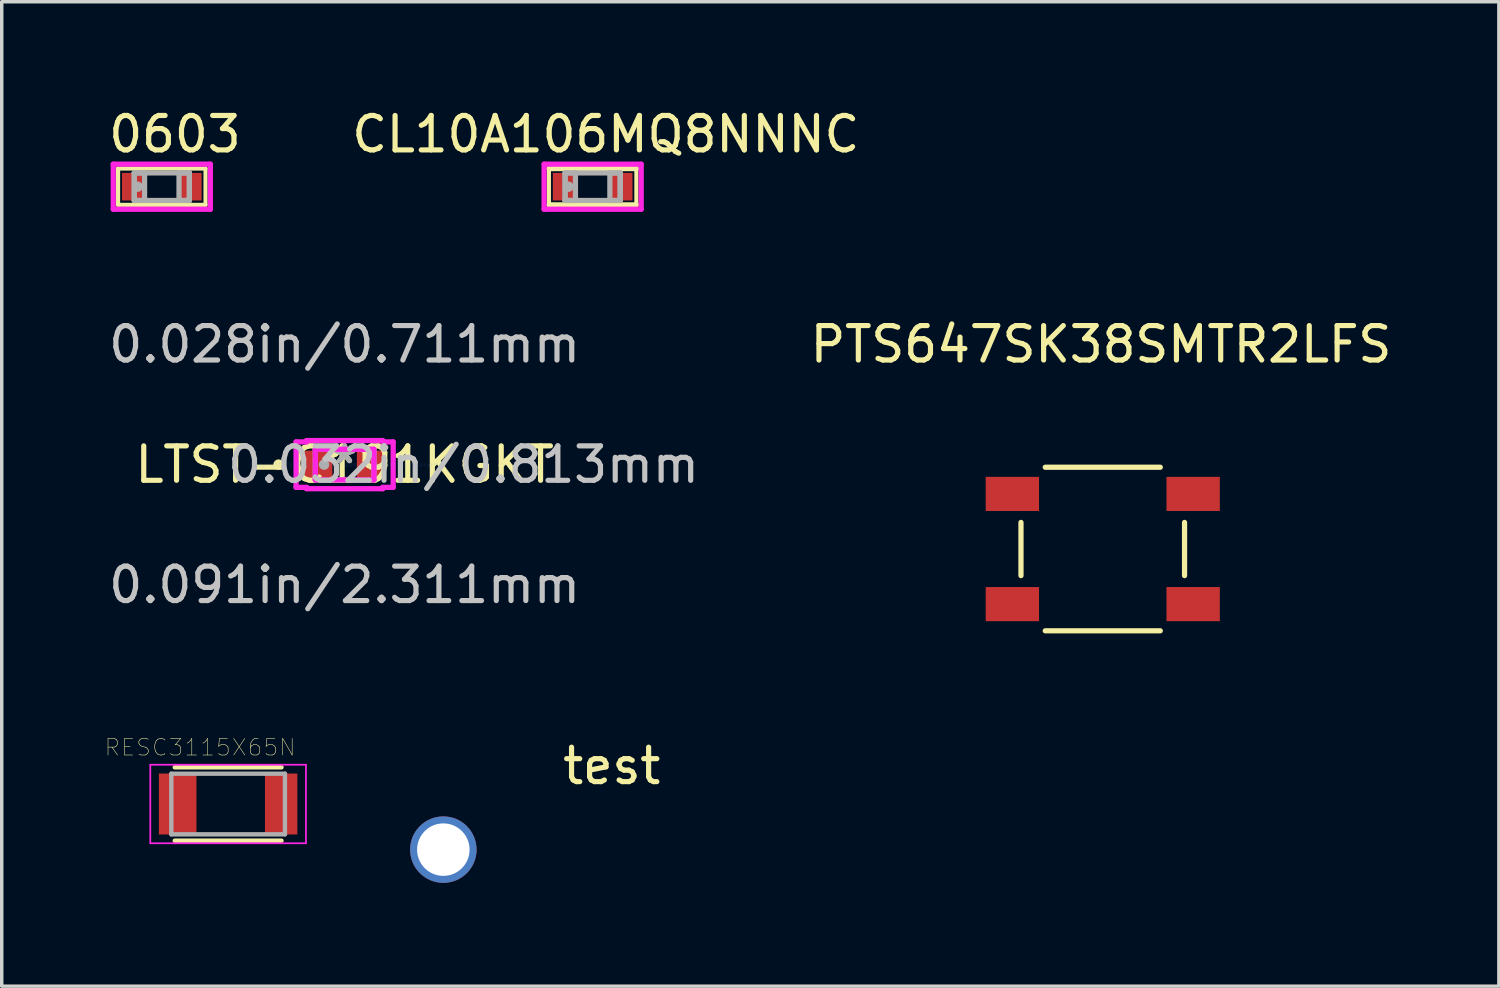
<source format=kicad_pcb>
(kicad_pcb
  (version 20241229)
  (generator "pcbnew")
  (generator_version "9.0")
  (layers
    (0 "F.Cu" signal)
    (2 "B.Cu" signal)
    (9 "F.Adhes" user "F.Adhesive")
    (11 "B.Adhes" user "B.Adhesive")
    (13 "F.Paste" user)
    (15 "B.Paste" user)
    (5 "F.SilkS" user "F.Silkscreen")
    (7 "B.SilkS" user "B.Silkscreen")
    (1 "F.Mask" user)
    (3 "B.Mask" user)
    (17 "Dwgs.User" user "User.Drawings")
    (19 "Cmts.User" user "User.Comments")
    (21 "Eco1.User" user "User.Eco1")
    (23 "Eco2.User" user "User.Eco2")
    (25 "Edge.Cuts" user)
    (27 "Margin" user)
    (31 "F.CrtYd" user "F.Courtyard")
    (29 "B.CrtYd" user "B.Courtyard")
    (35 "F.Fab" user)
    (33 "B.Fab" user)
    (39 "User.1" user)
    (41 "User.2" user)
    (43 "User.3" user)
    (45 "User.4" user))
  (footprint "0603"
    (layer "F.Cu")
    (at 1.649 2.372)
    (property "Reference" "0603" (at 0.381 -1.524 0) (layer "F.SilkS") (effects (font (size 1 1) (thickness 0.15))))
    (attr through_hole)
    (fp_line (start -1.27 -0.527) (end -1.27 0.527) (stroke (width 0.12) (type solid)) (layer "F.SilkS"))
    (fp_line (start -1.27 -0.527) (end 1.27 -0.527) (stroke (width 0.12) (type solid)) (layer "F.SilkS"))
    (fp_line (start 1.27 -0.527) (end 1.27 0.527) (stroke (width 0.12) (type solid)) (layer "F.SilkS"))
    (fp_line (start 1.27 0.527) (end -1.27 0.527) (stroke (width 0.12) (type solid)) (layer "F.SilkS"))
    (fp_line (start -1.41 -0.654) (end 1.41 -0.654) (stroke (width 0.152) (type solid)) (layer "F.CrtYd"))
    (fp_line (start -1.41 0.654) (end -1.41 -0.654) (stroke (width 0.152) (type solid)) (layer "F.CrtYd"))
    (fp_line (start 1.41 -0.654) (end 1.41 0.654) (stroke (width 0.152) (type solid)) (layer "F.CrtYd"))
    (fp_line (start 1.41 0.654) (end -1.41 0.654) (stroke (width 0.152) (type solid)) (layer "F.CrtYd"))
    (fp_line (start -0.8 -0.4) (end -0.8 0.4) (stroke (width 0.152) (type solid)) (layer "F.Fab"))
    (fp_line (start -0.8 -0.4) (end -0.8 0.4) (stroke (width 0.152) (type solid)) (layer "F.Fab"))
    (fp_line (start -0.8 0.4) (end -0.5 0.4) (stroke (width 0.152) (type solid)) (layer "F.Fab"))
    (fp_line (start -0.8 0.4) (end 0.8 0.4) (stroke (width 0.152) (type solid)) (layer "F.Fab"))
    (fp_line (start -0.5 -0.4) (end -0.8 -0.4) (stroke (width 0.152) (type solid)) (layer "F.Fab"))
    (fp_line (start -0.5 0.4) (end -0.5 -0.4) (stroke (width 0.152) (type solid)) (layer "F.Fab"))
    (fp_line (start 0.5 -0.4) (end 0.5 0.4) (stroke (width 0.152) (type solid)) (layer "F.Fab"))
    (fp_line (start 0.5 0.4) (end 0.8 0.4) (stroke (width 0.152) (type solid)) (layer "F.Fab"))
    (fp_line (start 0.8 -0.4) (end -0.8 -0.4) (stroke (width 0.152) (type solid)) (layer "F.Fab"))
    (fp_line (start 0.8 -0.4) (end 0.5 -0.4) (stroke (width 0.152) (type solid)) (layer "F.Fab"))
    (fp_line (start 0.8 0.4) (end 0.8 -0.4) (stroke (width 0.152) (type solid)) (layer "F.Fab"))
    (fp_line (start 0.8 0.4) (end 0.8 -0.4) (stroke (width 0.152) (type solid)) (layer "F.Fab"))
    (fp_circle (center -0.701 0) (end -0.701 0) (stroke (width 0.152) (type solid)) (fill no) (layer "F.Fab"))
    (pad "1" smd rect (at -0.828 0) (size 0.656 0.8) (layers "F.Cu" "F.Mask" "F.Paste"))
    (pad "2" smd rect (at 0.828 0) (size 0.656 0.8) (layers "F.Cu" "F.Mask" "F.Paste")))
  (footprint "RESC3115X65N"
    (layer "F.Cu")
    (at 3.575 20.299)
    (property "Reference" "RESC3115X65N" (at -0.814 -1.645 0) (layer "F.SilkS") (effects (font (size 0.482 0.482) (thickness 0.015))))
    (attr through_hole)
    (fp_line (start -1.55 -1.065) (end 1.55 -1.065) (stroke (width 0.127) (type solid)) (layer "F.SilkS"))
    (fp_line (start -1.55 1.065) (end 1.55 1.065) (stroke (width 0.127) (type solid)) (layer "F.SilkS"))
    (fp_line (start -2.26 -1.14) (end 2.26 -1.14) (stroke (width 0.05) (type solid)) (layer "F.CrtYd"))
    (fp_line (start -2.26 1.14) (end -2.26 -1.14) (stroke (width 0.05) (type solid)) (layer "F.CrtYd"))
    (fp_line (start 2.26 -1.14) (end 2.26 1.14) (stroke (width 0.05) (type solid)) (layer "F.CrtYd"))
    (fp_line (start 2.26 1.14) (end -2.26 1.14) (stroke (width 0.05) (type solid)) (layer "F.CrtYd"))
    (fp_line (start -1.65 -0.88) (end -1.65 0.88) (stroke (width 0.127) (type solid)) (layer "F.Fab"))
    (fp_line (start -1.65 -0.88) (end 1.65 -0.88) (stroke (width 0.127) (type solid)) (layer "F.Fab"))
    (fp_line (start -1.65 0.88) (end 1.65 0.88) (stroke (width 0.127) (type solid)) (layer "F.Fab"))
    (fp_line (start 1.65 -0.88) (end 1.65 0.88) (stroke (width 0.127) (type solid)) (layer "F.Fab"))
    (pad "1" smd rect (at -1.465 0) (size 1.09 1.77) (layers "F.Cu" "F.Mask" "F.Paste"))
    (pad "2" smd rect (at 1.54 0) (size 0.94 1.77) (layers "F.Cu" "F.Mask" "F.Paste")))
  (footprint "PTS647SK38SMTR2LFS"
    (layer "F.Cu")
    (at 28.975 12.894)
    (property "Reference" "PTS647SK38SMTR2LFS" (at -0.051 -5.944 0) (layer "F.SilkS") (effects (font (size 1 1) (thickness 0.15))))
    (attr through_hole)
    (fp_line (start -2.375 -0.772) (end -2.375 0.772) (stroke (width 0.152) (type solid)) (layer "F.SilkS"))
    (fp_line (start -1.67 2.375) (end 1.67 2.375) (stroke (width 0.152) (type solid)) (layer "F.SilkS"))
    (fp_line (start 1.67 -2.375) (end -1.67 -2.375) (stroke (width 0.152) (type solid)) (layer "F.SilkS"))
    (fp_line (start 2.375 0.772) (end 2.375 -0.772) (stroke (width 0.152) (type solid)) (layer "F.SilkS"))
    (pad "1" smd rect (at -2.625 -1.6) (size 1.549 0.991) (layers "F.Cu" "F.Mask" "F.Paste"))
    (pad "2" smd rect (at 2.625 -1.6) (size 1.549 0.991) (layers "F.Cu" "F.Mask" "F.Paste"))
    (pad "3" smd rect (at -2.625 1.6) (size 1.549 0.991) (layers "F.Cu" "F.Mask" "F.Paste"))
    (pad "4" smd rect (at 2.625 1.6) (size 1.549 0.991) (layers "F.Cu" "F.Mask" "F.Paste")))
  (footprint "CL10A106MQ8NNNC"
    (layer "F.Cu")
    (at 14.161 2.372)
    (property "Reference" "CL10A106MQ8NNNC" (at 0.381 -1.524 0) (layer "F.SilkS") (effects (font (size 1 1) (thickness 0.15))))
    (attr through_hole)
    (fp_line (start -1.27 -0.527) (end -1.27 0.527) (stroke (width 0.12) (type solid)) (layer "F.SilkS"))
    (fp_line (start 1.27 -0.527) (end -1.27 -0.527) (stroke (width 0.152) (type solid)) (layer "F.SilkS"))
    (fp_line (start 1.27 -0.527) (end 1.27 0.527) (stroke (width 0.12) (type solid)) (layer "F.SilkS"))
    (fp_line (start 1.27 0.527) (end -1.27 0.527) (stroke (width 0.152) (type solid)) (layer "F.SilkS"))
    (fp_line (start -1.41 -0.654) (end 1.41 -0.654) (stroke (width 0.152) (type solid)) (layer "F.CrtYd"))
    (fp_line (start -1.41 0.654) (end -1.41 -0.654) (stroke (width 0.152) (type solid)) (layer "F.CrtYd"))
    (fp_line (start 1.41 -0.654) (end 1.41 0.654) (stroke (width 0.152) (type solid)) (layer "F.CrtYd"))
    (fp_line (start 1.41 0.654) (end -1.41 0.654) (stroke (width 0.152) (type solid)) (layer "F.CrtYd"))
    (fp_line (start -0.8 -0.4) (end -0.8 0.4) (stroke (width 0.152) (type solid)) (layer "F.Fab"))
    (fp_line (start -0.8 -0.4) (end -0.8 0.4) (stroke (width 0.152) (type solid)) (layer "F.Fab"))
    (fp_line (start -0.8 0.4) (end -0.5 0.4) (stroke (width 0.152) (type solid)) (layer "F.Fab"))
    (fp_line (start -0.8 0.4) (end 0.8 0.4) (stroke (width 0.152) (type solid)) (layer "F.Fab"))
    (fp_line (start -0.5 -0.4) (end -0.8 -0.4) (stroke (width 0.152) (type solid)) (layer "F.Fab"))
    (fp_line (start -0.5 0.4) (end -0.5 -0.4) (stroke (width 0.152) (type solid)) (layer "F.Fab"))
    (fp_line (start 0.5 -0.4) (end 0.5 0.4) (stroke (width 0.152) (type solid)) (layer "F.Fab"))
    (fp_line (start 0.5 0.4) (end 0.8 0.4) (stroke (width 0.152) (type solid)) (layer "F.Fab"))
    (fp_line (start 0.8 -0.4) (end -0.8 -0.4) (stroke (width 0.152) (type solid)) (layer "F.Fab"))
    (fp_line (start 0.8 -0.4) (end 0.5 -0.4) (stroke (width 0.152) (type solid)) (layer "F.Fab"))
    (fp_line (start 0.8 0.4) (end 0.8 -0.4) (stroke (width 0.152) (type solid)) (layer "F.Fab"))
    (fp_line (start 0.8 0.4) (end 0.8 -0.4) (stroke (width 0.152) (type solid)) (layer "F.Fab"))
    (fp_circle (center -0.701 0) (end -0.701 0) (stroke (width 0.152) (type solid)) (fill no) (layer "F.Fab"))
    (pad "1" smd rect (at -0.828 0) (size 0.656 0.8) (layers "F.Cu" "F.Mask" "F.Paste"))
    (pad "2" smd rect (at 0.828 0) (size 0.656 0.8) (layers "F.Cu" "F.Mask" "F.Paste")))
  (footprint "LTST-C191KGKT"
    (layer "F.Cu")
    (at 6.958 10.443)
    (property "Reference" "LTST-C191KGKT" (at 0 0 0) (layer "F.SilkS") (effects (font (size 1 1) (thickness 0.15))))
    (attr through_hole)
    (fp_circle (center -1.918 0) (end -1.841 0) (stroke (width 0.152) (type solid)) (fill no) (layer "F.SilkS"))
    (fp_line (start -1.41 -0.66) (end -1.105 -0.66) (stroke (width 0.152) (type solid)) (layer "F.CrtYd"))
    (fp_line (start -1.41 0.66) (end -1.41 -0.66) (stroke (width 0.152) (type solid)) (layer "F.CrtYd"))
    (fp_line (start -1.105 -0.699) (end 1.105 -0.699) (stroke (width 0.152) (type solid)) (layer "F.CrtYd"))
    (fp_line (start -1.105 -0.66) (end -1.105 -0.699) (stroke (width 0.152) (type solid)) (layer "F.CrtYd"))
    (fp_line (start -1.105 0.66) (end -1.41 0.66) (stroke (width 0.152) (type solid)) (layer "F.CrtYd"))
    (fp_line (start -1.105 0.699) (end -1.105 0.66) (stroke (width 0.152) (type solid)) (layer "F.CrtYd"))
    (fp_line (start -0.851 -0.445) (end 0.851 -0.445) (stroke (width 0.152) (type solid)) (layer "F.CrtYd"))
    (fp_line (start -0.851 0.445) (end -0.851 -0.445) (stroke (width 0.152) (type solid)) (layer "F.CrtYd"))
    (fp_line (start 0.851 -0.445) (end 0.851 0.445) (stroke (width 0.152) (type solid)) (layer "F.CrtYd"))
    (fp_line (start 0.851 0.445) (end -0.851 0.445) (stroke (width 0.152) (type solid)) (layer "F.CrtYd"))
    (fp_line (start 1.105 -0.699) (end 1.105 -0.66) (stroke (width 0.152) (type solid)) (layer "F.CrtYd"))
    (fp_line (start 1.105 -0.66) (end 1.41 -0.66) (stroke (width 0.152) (type solid)) (layer "F.CrtYd"))
    (fp_line (start 1.105 0.66) (end 1.105 0.699) (stroke (width 0.152) (type solid)) (layer "F.CrtYd"))
    (fp_line (start 1.105 0.699) (end -1.105 0.699) (stroke (width 0.152) (type solid)) (layer "F.CrtYd"))
    (fp_line (start 1.105 0.699) (end 1.105 0.699) (stroke (width 0.152) (type solid)) (layer "F.CrtYd"))
    (fp_line (start 1.41 -0.66) (end 1.41 0.66) (stroke (width 0.152) (type solid)) (layer "F.CrtYd"))
    (fp_line (start 1.41 0.66) (end 1.105 0.66) (stroke (width 0.152) (type solid)) (layer "F.CrtYd"))
    (fp_line (start -0.851 -0.445) (end -0.851 0.445) (stroke (width 0.152) (type solid)) (layer "F.Fab"))
    (fp_line (start -0.851 0.445) (end 0.851 0.445) (stroke (width 0.152) (type solid)) (layer "F.Fab"))
    (fp_line (start 0.851 -0.445) (end -0.851 -0.445) (stroke (width 0.152) (type solid)) (layer "F.Fab"))
    (fp_line (start 0.851 0.445) (end 0.851 -0.445) (stroke (width 0.152) (type solid)) (layer "F.Fab"))
    (fp_circle (center -0.597 0) (end -0.521 0) (stroke (width 0.152) (type solid)) (fill no) (layer "F.Fab"))
    (fp_text user "*" (at 0 0 0) (layer "F.SilkS") (effects (font (size 1 1) (thickness 0.15))))
    (fp_text user "0.091in/2.311mm" (at 0 3.493 0) (layer "Dwgs.User") (effects (font (size 1 1) (thickness 0.15))))
    (fp_text user "0.032in/0.813mm" (at 3.454 0 0) (layer "Dwgs.User") (effects (font (size 1 1) (thickness 0.15))))
    (fp_text user "0.028in/0.711mm" (at 0 -3.493 0) (layer "Dwgs.User") (effects (font (size 1 1) (thickness 0.15))))
    (fp_text user "Copyright 2016 Accelerated Designs. All rights reserved." (at 0 0 0) (layer "Cmts.User") (effects (font (size 0.127 0.127) (thickness 0.002))))
    (fp_text user "*" (at 0 0 0) (layer "F.Fab") (effects (font (size 1 1) (thickness 0.15))))
    (pad "1" smd rect (at -0.756 0) (size 0.8 0.813) (layers "F.Cu" "F.Mask" "F.Paste"))
    (pad "2" smd rect (at 0.756 0) (size 0.8 0.813) (layers "F.Cu" "F.Mask" "F.Paste")))
  (footprint "test"
    (layer "F.Cu")
    (at 9.825 21.624)
    (property "Reference" "test" (at 4.89 -2.43 0) (layer "F.SilkS") (effects (font (size 1 1) (thickness 0.15))))
    (attr through_hole)
    (pad "1" thru_hole circle (at 0 0) (size 1.93 1.93) (drill 1.524) (layers "*.Cu" "*.Mask")))
  (gr_rect
    (start -3 -3)
    (end 40.478 25.589)
    (stroke (width 0.1) (type default))
    (fill no)
    (layer "Edge.Cuts")))
</source>
